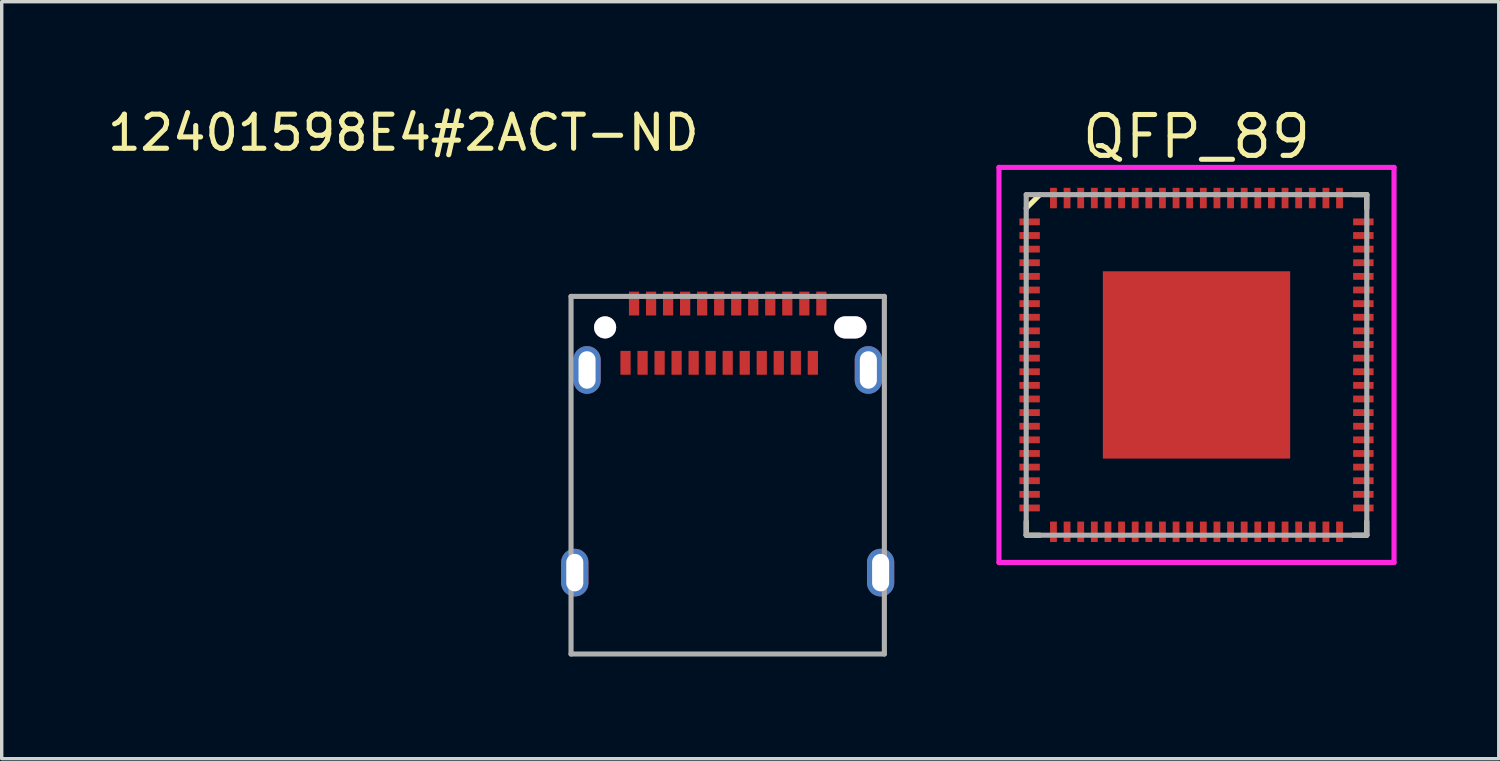
<source format=kicad_pcb>
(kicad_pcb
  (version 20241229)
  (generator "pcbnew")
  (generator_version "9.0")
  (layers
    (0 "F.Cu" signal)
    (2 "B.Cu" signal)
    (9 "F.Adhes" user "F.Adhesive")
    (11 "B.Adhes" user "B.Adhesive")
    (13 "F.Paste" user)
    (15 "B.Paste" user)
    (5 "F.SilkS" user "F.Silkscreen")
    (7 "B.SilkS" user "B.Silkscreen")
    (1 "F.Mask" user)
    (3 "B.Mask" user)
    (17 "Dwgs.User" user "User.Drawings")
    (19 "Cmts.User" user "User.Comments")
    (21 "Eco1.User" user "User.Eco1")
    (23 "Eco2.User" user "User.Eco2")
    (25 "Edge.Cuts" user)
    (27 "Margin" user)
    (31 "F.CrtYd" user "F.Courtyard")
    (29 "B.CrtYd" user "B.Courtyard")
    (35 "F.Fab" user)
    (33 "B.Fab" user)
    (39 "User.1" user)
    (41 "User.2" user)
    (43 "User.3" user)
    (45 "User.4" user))
  (footprint "12401598E4#2ACT-ND"
    (layer "F.Cu")
    (at 18.317 6.563)
    (property "Reference" "12401598E4#2ACT-ND" (at -9.525 -5.715 0) (layer "F.SilkS") (effects (font (size 1 1) (thickness 0.15))))
    (attr through_hole)
    (fp_line (start -4.6 -0.91) (end -4.6 9.59) (stroke (width 0.15) (type solid)) (layer "F.Fab"))
    (fp_line (start -4.6 -0.91) (end 4.6 -0.91) (stroke (width 0.15) (type solid)) (layer "F.Fab"))
    (fp_line (start -4.6 9.59) (end 4.6 9.59) (stroke (width 0.15) (type solid)) (layer "F.Fab"))
    (fp_line (start 4.6 -0.91) (end 4.6 9.59) (stroke (width 0.15) (type solid)) (layer "F.Fab"))
    (pad "A1" smd rect (at -2.75 -0.7) (size 0.3 0.7) (layers "F.Cu" "F.Mask" "F.Paste"))
    (pad "A2" smd rect (at -2.25 -0.7) (size 0.3 0.7) (layers "F.Cu" "F.Mask" "F.Paste"))
    (pad "A3" smd rect (at -1.75 -0.7) (size 0.3 0.7) (layers "F.Cu" "F.Mask" "F.Paste"))
    (pad "A4" smd rect (at -1.25 -0.7) (size 0.3 0.7) (layers "F.Cu" "F.Mask" "F.Paste"))
    (pad "A5" smd rect (at -0.75 -0.7) (size 0.3 0.7) (layers "F.Cu" "F.Mask" "F.Paste"))
    (pad "A6" smd rect (at -0.25 -0.7) (size 0.3 0.7) (layers "F.Cu" "F.Mask" "F.Paste"))
    (pad "A7" smd rect (at 0.25 -0.7) (size 0.3 0.7) (layers "F.Cu" "F.Mask" "F.Paste"))
    (pad "A8" smd rect (at 0.75 -0.7) (size 0.3 0.7) (layers "F.Cu" "F.Mask" "F.Paste"))
    (pad "A9" smd rect (at 1.25 -0.7) (size 0.3 0.7) (layers "F.Cu" "F.Mask" "F.Paste"))
    (pad "A10" smd rect (at 1.75 -0.7) (size 0.3 0.7) (layers "F.Cu" "F.Mask" "F.Paste"))
    (pad "A11" smd rect (at 2.25 -0.7) (size 0.3 0.7) (layers "F.Cu" "F.Mask" "F.Paste"))
    (pad "A12" smd rect (at 2.75 -0.7) (size 0.3 0.7) (layers "F.Cu" "F.Mask" "F.Paste"))
    (pad "B1" smd rect (at 2.5 1.04 180) (size 0.3 0.7) (layers "F.Cu" "F.Mask" "F.Paste"))
    (pad "B2" smd rect (at 2 1.04 180) (size 0.3 0.7) (layers "F.Cu" "F.Mask" "F.Paste"))
    (pad "B3" smd rect (at 1.5 1.04 180) (size 0.3 0.7) (layers "F.Cu" "F.Mask" "F.Paste"))
    (pad "B4" smd rect (at 1 1.04 180) (size 0.3 0.7) (layers "F.Cu" "F.Mask" "F.Paste"))
    (pad "B5" smd rect (at 0.5 1.04 180) (size 0.3 0.7) (layers "F.Cu" "F.Mask" "F.Paste"))
    (pad "B6" smd rect (at 0 1.04 180) (size 0.3 0.7) (layers "F.Cu" "F.Mask" "F.Paste"))
    (pad "B7" smd rect (at -0.5 1.04 180) (size 0.3 0.7) (layers "F.Cu" "F.Mask" "F.Paste"))
    (pad "B8" smd rect (at -1 1.04 180) (size 0.3 0.7) (layers "F.Cu" "F.Mask" "F.Paste"))
    (pad "B9" smd rect (at -1.5 1.04 180) (size 0.3 0.7) (layers "F.Cu" "F.Mask" "F.Paste"))
    (pad "B10" smd rect (at -2 1.04 180) (size 0.3 0.7) (layers "F.Cu" "F.Mask" "F.Paste"))
    (pad "B11" smd rect (at -2.5 1.04 180) (size 0.3 0.7) (layers "F.Cu" "F.Mask" "F.Paste"))
    (pad "B12" smd rect (at -3 1.04 180) (size 0.3 0.7) (layers "F.Cu" "F.Mask" "F.Paste"))
    (pad "MT" thru_hole circle (at -3.6 0 180) (size 0.65 0.65) (drill 0.65) (layers "*.Cu" "*.Mask"))
    (pad "MT" thru_hole oval (at 3.6 0 180) (size 0.95 0.65) (drill oval 0.95 0.65) (layers "*.Cu" "*.Mask"))
    (pad "S" thru_hole oval (at -4.49 7.2 180) (size 0.8 1.4) (drill oval 0.5 1.1) (layers "*.Cu" "*.Mask"))
    (pad "S" thru_hole oval (at -4.13 1.25 180) (size 0.8 1.4) (drill oval 0.5 1.1) (layers "*.Cu" "*.Mask"))
    (pad "S" thru_hole oval (at 4.13 1.25 180) (size 0.8 1.4) (drill oval 0.5 1.1) (layers "*.Cu" "*.Mask"))
    (pad "S" thru_hole oval (at 4.49 7.2 180) (size 0.8 1.4) (drill oval 0.5 1.1) (layers "*.Cu" "*.Mask")))
  (footprint "QFP_89"
    (layer "F.Cu")
    (at 32.082 7.665)
    (property "Reference" "QFP_89" (at 0 -6.7 0) (layer "F.SilkS") (effects (font (size 1.2 1.2) (thickness 0.15))))
    (attr through_hole)
    (fp_line (start -5 -4.6) (end -4.6 -5) (stroke (width 0.15) (type solid)) (layer "F.SilkS"))
    (fp_line (start -5 5) (end -5 4.6) (stroke (width 0.15) (type solid)) (layer "F.SilkS"))
    (fp_line (start -4.6 5) (end -5 5) (stroke (width 0.15) (type solid)) (layer "F.SilkS"))
    (fp_line (start 4.6 -5) (end 5 -5) (stroke (width 0.15) (type solid)) (layer "F.SilkS"))
    (fp_line (start 4.6 5) (end 5 5) (stroke (width 0.15) (type solid)) (layer "F.SilkS"))
    (fp_line (start 5 -5) (end 5 -4.6) (stroke (width 0.15) (type solid)) (layer "F.SilkS"))
    (fp_line (start 5 5) (end 5 4.6) (stroke (width 0.15) (type solid)) (layer "F.SilkS"))
    (fp_line (start -5.8 -5.8) (end 5.8 -5.8) (stroke (width 0.15) (type solid)) (layer "F.CrtYd"))
    (fp_line (start -5.8 5.8) (end -5.8 -5.8) (stroke (width 0.15) (type solid)) (layer "F.CrtYd"))
    (fp_line (start 5.8 -5.8) (end 5.8 5.8) (stroke (width 0.15) (type solid)) (layer "F.CrtYd"))
    (fp_line (start 5.8 5.8) (end -5.8 5.8) (stroke (width 0.15) (type solid)) (layer "F.CrtYd"))
    (fp_line (start -5 -5) (end 5 -5) (stroke (width 0.15) (type solid)) (layer "F.Fab"))
    (fp_line (start -5 5) (end -5 -5) (stroke (width 0.15) (type solid)) (layer "F.Fab"))
    (fp_line (start 5 -5) (end 5 5) (stroke (width 0.15) (type solid)) (layer "F.Fab"))
    (fp_line (start 5 5) (end -5 5) (stroke (width 0.15) (type solid)) (layer "F.Fab"))
    (pad "1" smd rect (at -4.9 -4.2 90) (size 0.2 0.6) (layers "F.Cu" "F.Mask" "F.Paste"))
    (pad "2" smd rect (at -4.9 -3.8 90) (size 0.2 0.6) (layers "F.Cu" "F.Mask" "F.Paste"))
    (pad "3" smd rect (at -4.9 -3.4 90) (size 0.2 0.6) (layers "F.Cu" "F.Mask" "F.Paste"))
    (pad "4" smd rect (at -4.9 -3 90) (size 0.2 0.6) (layers "F.Cu" "F.Mask" "F.Paste"))
    (pad "5" smd rect (at -4.9 -2.6 90) (size 0.2 0.6) (layers "F.Cu" "F.Mask" "F.Paste"))
    (pad "6" smd rect (at -4.9 -2.2 90) (size 0.2 0.6) (layers "F.Cu" "F.Mask" "F.Paste"))
    (pad "7" smd rect (at -4.9 -1.8 90) (size 0.2 0.6) (layers "F.Cu" "F.Mask" "F.Paste"))
    (pad "8" smd rect (at -4.9 -1.4 90) (size 0.2 0.6) (layers "F.Cu" "F.Mask" "F.Paste"))
    (pad "9" smd rect (at -4.9 -1 90) (size 0.2 0.6) (layers "F.Cu" "F.Mask" "F.Paste"))
    (pad "10" smd rect (at -4.9 -0.6 90) (size 0.2 0.6) (layers "F.Cu" "F.Mask" "F.Paste"))
    (pad "11" smd rect (at -4.9 -0.2 90) (size 0.2 0.6) (layers "F.Cu" "F.Mask" "F.Paste"))
    (pad "12" smd rect (at -4.9 0.2 90) (size 0.2 0.6) (layers "F.Cu" "F.Mask" "F.Paste"))
    (pad "13" smd rect (at -4.9 0.6 90) (size 0.2 0.6) (layers "F.Cu" "F.Mask" "F.Paste"))
    (pad "14" smd rect (at -4.9 1 90) (size 0.2 0.6) (layers "F.Cu" "F.Mask" "F.Paste"))
    (pad "15" smd rect (at -4.9 1.4 90) (size 0.2 0.6) (layers "F.Cu" "F.Mask" "F.Paste"))
    (pad "16" smd rect (at -4.9 1.8 90) (size 0.2 0.6) (layers "F.Cu" "F.Mask" "F.Paste"))
    (pad "17" smd rect (at -4.9 2.2 90) (size 0.2 0.6) (layers "F.Cu" "F.Mask" "F.Paste"))
    (pad "18" smd rect (at -4.9 2.6 90) (size 0.2 0.6) (layers "F.Cu" "F.Mask" "F.Paste"))
    (pad "19" smd rect (at -4.9 3 90) (size 0.2 0.6) (layers "F.Cu" "F.Mask" "F.Paste"))
    (pad "20" smd rect (at -4.9 3.4 90) (size 0.2 0.6) (layers "F.Cu" "F.Mask" "F.Paste"))
    (pad "21" smd rect (at -4.9 3.8 90) (size 0.2 0.6) (layers "F.Cu" "F.Mask" "F.Paste"))
    (pad "22" smd rect (at -4.9 4.2 90) (size 0.2 0.6) (layers "F.Cu" "F.Mask" "F.Paste"))
    (pad "23" smd rect (at -4.2 4.9) (size 0.2 0.6) (layers "F.Cu" "F.Mask" "F.Paste"))
    (pad "24" smd rect (at -3.8 4.9) (size 0.2 0.6) (layers "F.Cu" "F.Mask" "F.Paste"))
    (pad "25" smd rect (at -3.4 4.9) (size 0.2 0.6) (layers "F.Cu" "F.Mask" "F.Paste"))
    (pad "26" smd rect (at -3 4.9) (size 0.2 0.6) (layers "F.Cu" "F.Mask" "F.Paste"))
    (pad "27" smd rect (at -2.6 4.9) (size 0.2 0.6) (layers "F.Cu" "F.Mask" "F.Paste"))
    (pad "28" smd rect (at -2.2 4.9) (size 0.2 0.6) (layers "F.Cu" "F.Mask" "F.Paste"))
    (pad "29" smd rect (at -1.8 4.9) (size 0.2 0.6) (layers "F.Cu" "F.Mask" "F.Paste"))
    (pad "30" smd rect (at -1.4 4.9) (size 0.2 0.6) (layers "F.Cu" "F.Mask" "F.Paste"))
    (pad "31" smd rect (at -1 4.9) (size 0.2 0.6) (layers "F.Cu" "F.Mask" "F.Paste"))
    (pad "32" smd rect (at -0.6 4.9) (size 0.2 0.6) (layers "F.Cu" "F.Mask" "F.Paste"))
    (pad "33" smd rect (at -0.2 4.9) (size 0.2 0.6) (layers "F.Cu" "F.Mask" "F.Paste"))
    (pad "34" smd rect (at 0.2 4.9) (size 0.2 0.6) (layers "F.Cu" "F.Mask" "F.Paste"))
    (pad "35" smd rect (at 0.6 4.9) (size 0.2 0.6) (layers "F.Cu" "F.Mask" "F.Paste"))
    (pad "36" smd rect (at 1 4.9) (size 0.2 0.6) (layers "F.Cu" "F.Mask" "F.Paste"))
    (pad "37" smd rect (at 1.4 4.9) (size 0.2 0.6) (layers "F.Cu" "F.Mask" "F.Paste"))
    (pad "38" smd rect (at 1.8 4.9) (size 0.2 0.6) (layers "F.Cu" "F.Mask" "F.Paste"))
    (pad "39" smd rect (at 2.2 4.9) (size 0.2 0.6) (layers "F.Cu" "F.Mask" "F.Paste"))
    (pad "40" smd rect (at 2.6 4.9) (size 0.2 0.6) (layers "F.Cu" "F.Mask" "F.Paste"))
    (pad "41" smd rect (at 3 4.9) (size 0.2 0.6) (layers "F.Cu" "F.Mask" "F.Paste"))
    (pad "42" smd rect (at 3.4 4.9) (size 0.2 0.6) (layers "F.Cu" "F.Mask" "F.Paste"))
    (pad "43" smd rect (at 3.8 4.9) (size 0.2 0.6) (layers "F.Cu" "F.Mask" "F.Paste"))
    (pad "44" smd rect (at 4.2 4.9) (size 0.2 0.6) (layers "F.Cu" "F.Mask" "F.Paste"))
    (pad "45" smd rect (at 4.9 4.2 90) (size 0.2 0.6) (layers "F.Cu" "F.Mask" "F.Paste"))
    (pad "46" smd rect (at 4.9 3.8 90) (size 0.2 0.6) (layers "F.Cu" "F.Mask" "F.Paste"))
    (pad "47" smd rect (at 4.9 3.4 90) (size 0.2 0.6) (layers "F.Cu" "F.Mask" "F.Paste"))
    (pad "48" smd rect (at 4.9 3 90) (size 0.2 0.6) (layers "F.Cu" "F.Mask" "F.Paste"))
    (pad "49" smd rect (at 4.9 2.6 90) (size 0.2 0.6) (layers "F.Cu" "F.Mask" "F.Paste"))
    (pad "50" smd rect (at 4.9 2.2 90) (size 0.2 0.6) (layers "F.Cu" "F.Mask" "F.Paste"))
    (pad "51" smd rect (at 4.9 1.8 90) (size 0.2 0.6) (layers "F.Cu" "F.Mask" "F.Paste"))
    (pad "52" smd rect (at 4.9 1.4 90) (size 0.2 0.6) (layers "F.Cu" "F.Mask" "F.Paste"))
    (pad "53" smd rect (at 4.9 1 90) (size 0.2 0.6) (layers "F.Cu" "F.Mask" "F.Paste"))
    (pad "54" smd rect (at 4.9 0.6 90) (size 0.2 0.6) (layers "F.Cu" "F.Mask" "F.Paste"))
    (pad "55" smd rect (at 4.9 0.2 90) (size 0.2 0.6) (layers "F.Cu" "F.Mask" "F.Paste"))
    (pad "56" smd rect (at 4.9 -0.2 90) (size 0.2 0.6) (layers "F.Cu" "F.Mask" "F.Paste"))
    (pad "57" smd rect (at 4.9 -0.6 90) (size 0.2 0.6) (layers "F.Cu" "F.Mask" "F.Paste"))
    (pad "58" smd rect (at 4.9 -1 90) (size 0.2 0.6) (layers "F.Cu" "F.Mask" "F.Paste"))
    (pad "59" smd rect (at 4.9 -1.4 90) (size 0.2 0.6) (layers "F.Cu" "F.Mask" "F.Paste"))
    (pad "60" smd rect (at 4.9 -1.8 90) (size 0.2 0.6) (layers "F.Cu" "F.Mask" "F.Paste"))
    (pad "61" smd rect (at 4.9 -2.2 90) (size 0.2 0.6) (layers "F.Cu" "F.Mask" "F.Paste"))
    (pad "62" smd rect (at 4.9 -2.6 90) (size 0.2 0.6) (layers "F.Cu" "F.Mask" "F.Paste"))
    (pad "63" smd rect (at 4.9 -3 90) (size 0.2 0.6) (layers "F.Cu" "F.Mask" "F.Paste"))
    (pad "64" smd rect (at 4.9 -3.4 90) (size 0.2 0.6) (layers "F.Cu" "F.Mask" "F.Paste"))
    (pad "65" smd rect (at 4.9 -3.8 90) (size 0.2 0.6) (layers "F.Cu" "F.Mask" "F.Paste"))
    (pad "66" smd rect (at 4.9 -4.2 90) (size 0.2 0.6) (layers "F.Cu" "F.Mask" "F.Paste"))
    (pad "67" smd rect (at 4.2 -4.9) (size 0.2 0.6) (layers "F.Cu" "F.Mask" "F.Paste"))
    (pad "68" smd rect (at 3.8 -4.9) (size 0.2 0.6) (layers "F.Cu" "F.Mask" "F.Paste"))
    (pad "69" smd rect (at 3.4 -4.9) (size 0.2 0.6) (layers "F.Cu" "F.Mask" "F.Paste"))
    (pad "70" smd rect (at 3 -4.9) (size 0.2 0.6) (layers "F.Cu" "F.Mask" "F.Paste"))
    (pad "71" smd rect (at 2.6 -4.9) (size 0.2 0.6) (layers "F.Cu" "F.Mask" "F.Paste"))
    (pad "72" smd rect (at 2.2 -4.9) (size 0.2 0.6) (layers "F.Cu" "F.Mask" "F.Paste"))
    (pad "73" smd rect (at 1.8 -4.9) (size 0.2 0.6) (layers "F.Cu" "F.Mask" "F.Paste"))
    (pad "74" smd rect (at 1.4 -4.9) (size 0.2 0.6) (layers "F.Cu" "F.Mask" "F.Paste"))
    (pad "75" smd rect (at 1 -4.9) (size 0.2 0.6) (layers "F.Cu" "F.Mask" "F.Paste"))
    (pad "76" smd rect (at 0.6 -4.9) (size 0.2 0.6) (layers "F.Cu" "F.Mask" "F.Paste"))
    (pad "77" smd rect (at 0.2 -4.9) (size 0.2 0.6) (layers "F.Cu" "F.Mask" "F.Paste"))
    (pad "78" smd rect (at -0.2 -4.9) (size 0.2 0.6) (layers "F.Cu" "F.Mask" "F.Paste"))
    (pad "79" smd rect (at -0.6 -4.9) (size 0.2 0.6) (layers "F.Cu" "F.Mask" "F.Paste"))
    (pad "80" smd rect (at -1 -4.9) (size 0.2 0.6) (layers "F.Cu" "F.Mask" "F.Paste"))
    (pad "81" smd rect (at -1.4 -4.9) (size 0.2 0.6) (layers "F.Cu" "F.Mask" "F.Paste"))
    (pad "82" smd rect (at -1.8 -4.9) (size 0.2 0.6) (layers "F.Cu" "F.Mask" "F.Paste"))
    (pad "83" smd rect (at -2.2 -4.9) (size 0.2 0.6) (layers "F.Cu" "F.Mask" "F.Paste"))
    (pad "84" smd rect (at -2.6 -4.9) (size 0.2 0.6) (layers "F.Cu" "F.Mask" "F.Paste"))
    (pad "85" smd rect (at -3 -4.9) (size 0.2 0.6) (layers "F.Cu" "F.Mask" "F.Paste"))
    (pad "86" smd rect (at -3.4 -4.9) (size 0.2 0.6) (layers "F.Cu" "F.Mask" "F.Paste"))
    (pad "87" smd rect (at -3.8 -4.9) (size 0.2 0.6) (layers "F.Cu" "F.Mask" "F.Paste"))
    (pad "88" smd rect (at -4.2 -4.9) (size 0.2 0.6) (layers "F.Cu" "F.Mask" "F.Paste"))
    (pad "89" smd rect (at 0 0) (size 5.5 5.5) (layers "F.Cu" "F.Mask" "F.Paste")))
  (gr_rect
    (start -3 -3)
    (end 40.957 19.228)
    (stroke (width 0.1) (type default))
    (fill no)
    (layer "Edge.Cuts")))
</source>
